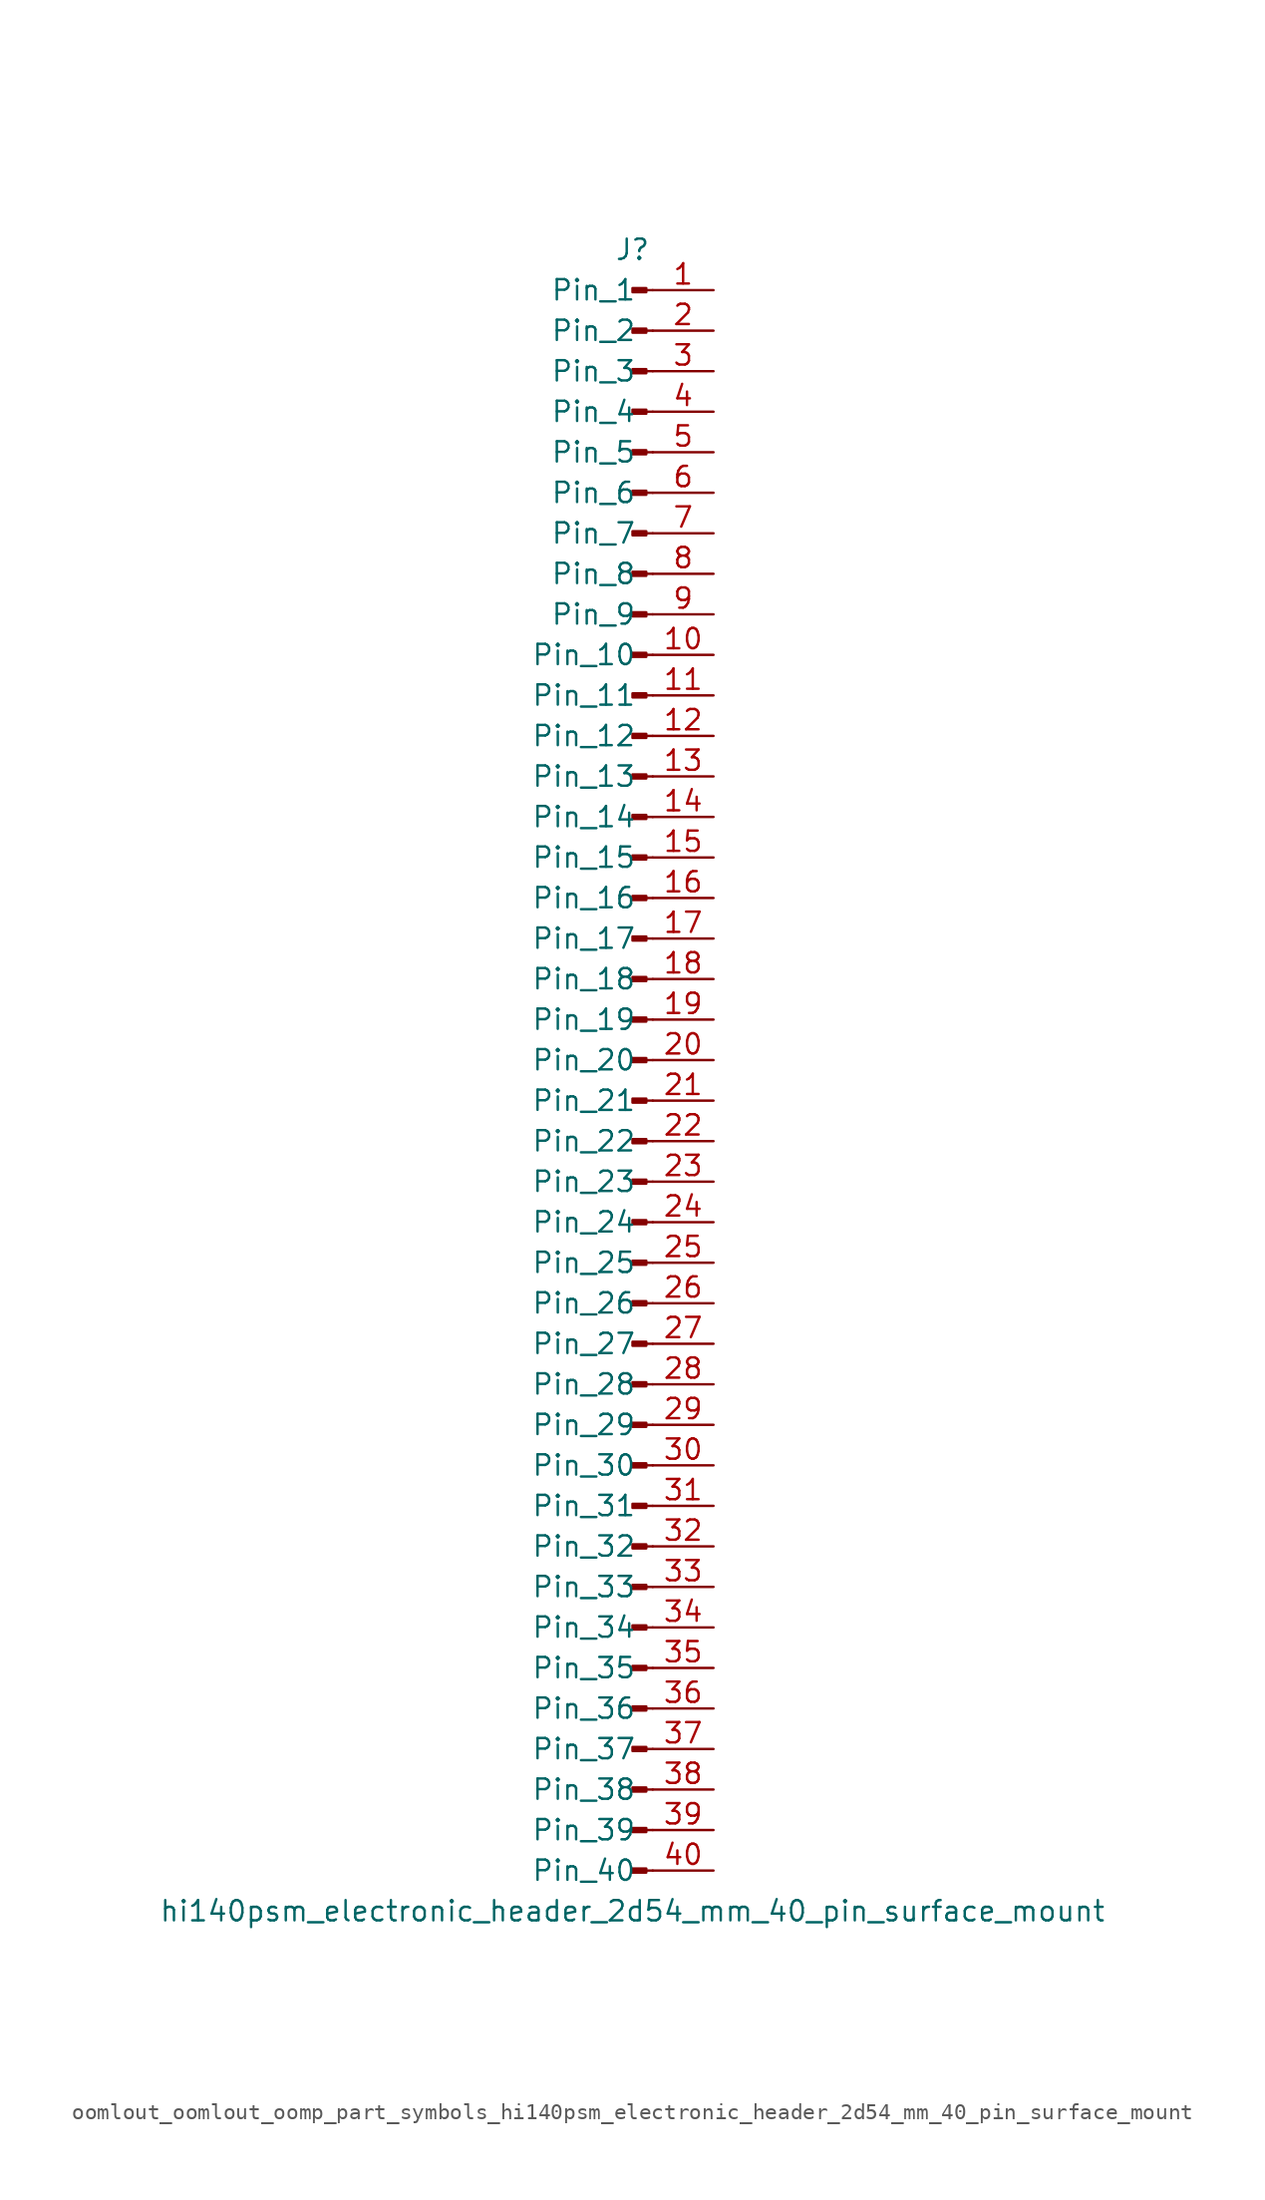
<source format=kicad_sym>
(kicad_symbol_lib
  (version 20220914)
  (generator kicad_symbol_editor)
  (symbol "oomlout_oomlout_oomp_part_symbols_hi140psm_electronic_header_2d54_mm_40_pin_surface_mount"
    (pin_names
      (offset 1.016))
    (property "Reference" "J"
      (at 0 50.8 0)
      (effects (font (size 1.27 1.27))))
    (property "Value" "hi140psm_electronic_header_2d54_mm_40_pin_surface_mount"
      (at 0 -53.34 0)
      (effects (font (size 1.27 1.27))))
    (property "ki_locked" ""
      (at 0 0 0)
      (effects (font (size 1.27 1.27))))
    (symbol "oomlout_oomlout_oomp_part_symbols_hi140psm_electronic_header_2d54_mm_40_pin_surface_mount_1_1"
      (polyline (pts (xy 1.27 -50.8) (xy 0.864 -50.8)) (stroke (width 0.152) (type default)) (fill (type none)))
      (polyline (pts (xy 1.27 -48.26) (xy 0.864 -48.26)) (stroke (width 0.152) (type default)) (fill (type none)))
      (polyline (pts (xy 1.27 -45.72) (xy 0.864 -45.72)) (stroke (width 0.152) (type default)) (fill (type none)))
      (polyline (pts (xy 1.27 -43.18) (xy 0.864 -43.18)) (stroke (width 0.152) (type default)) (fill (type none)))
      (polyline (pts (xy 1.27 -40.64) (xy 0.864 -40.64)) (stroke (width 0.152) (type default)) (fill (type none)))
      (polyline (pts (xy 1.27 -38.1) (xy 0.864 -38.1)) (stroke (width 0.152) (type default)) (fill (type none)))
      (polyline (pts (xy 1.27 -35.56) (xy 0.864 -35.56)) (stroke (width 0.152) (type default)) (fill (type none)))
      (polyline (pts (xy 1.27 -33.02) (xy 0.864 -33.02)) (stroke (width 0.152) (type default)) (fill (type none)))
      (polyline (pts (xy 1.27 -30.48) (xy 0.864 -30.48)) (stroke (width 0.152) (type default)) (fill (type none)))
      (polyline (pts (xy 1.27 -27.94) (xy 0.864 -27.94)) (stroke (width 0.152) (type default)) (fill (type none)))
      (polyline (pts (xy 1.27 -25.4) (xy 0.864 -25.4)) (stroke (width 0.152) (type default)) (fill (type none)))
      (polyline (pts (xy 1.27 -22.86) (xy 0.864 -22.86)) (stroke (width 0.152) (type default)) (fill (type none)))
      (polyline (pts (xy 1.27 -20.32) (xy 0.864 -20.32)) (stroke (width 0.152) (type default)) (fill (type none)))
      (polyline (pts (xy 1.27 -17.78) (xy 0.864 -17.78)) (stroke (width 0.152) (type default)) (fill (type none)))
      (polyline (pts (xy 1.27 -15.24) (xy 0.864 -15.24)) (stroke (width 0.152) (type default)) (fill (type none)))
      (polyline (pts (xy 1.27 -12.7) (xy 0.864 -12.7)) (stroke (width 0.152) (type default)) (fill (type none)))
      (polyline (pts (xy 1.27 -10.16) (xy 0.864 -10.16)) (stroke (width 0.152) (type default)) (fill (type none)))
      (polyline (pts (xy 1.27 -7.62) (xy 0.864 -7.62)) (stroke (width 0.152) (type default)) (fill (type none)))
      (polyline (pts (xy 1.27 -5.08) (xy 0.864 -5.08)) (stroke (width 0.152) (type default)) (fill (type none)))
      (polyline (pts (xy 1.27 -2.54) (xy 0.864 -2.54)) (stroke (width 0.152) (type default)) (fill (type none)))
      (polyline (pts (xy 1.27 0) (xy 0.864 0)) (stroke (width 0.152) (type default)) (fill (type none)))
      (polyline (pts (xy 1.27 2.54) (xy 0.864 2.54)) (stroke (width 0.152) (type default)) (fill (type none)))
      (polyline (pts (xy 1.27 5.08) (xy 0.864 5.08)) (stroke (width 0.152) (type default)) (fill (type none)))
      (polyline (pts (xy 1.27 7.62) (xy 0.864 7.62)) (stroke (width 0.152) (type default)) (fill (type none)))
      (polyline (pts (xy 1.27 10.16) (xy 0.864 10.16)) (stroke (width 0.152) (type default)) (fill (type none)))
      (polyline (pts (xy 1.27 12.7) (xy 0.864 12.7)) (stroke (width 0.152) (type default)) (fill (type none)))
      (polyline (pts (xy 1.27 15.24) (xy 0.864 15.24)) (stroke (width 0.152) (type default)) (fill (type none)))
      (polyline (pts (xy 1.27 17.78) (xy 0.864 17.78)) (stroke (width 0.152) (type default)) (fill (type none)))
      (polyline (pts (xy 1.27 20.32) (xy 0.864 20.32)) (stroke (width 0.152) (type default)) (fill (type none)))
      (polyline (pts (xy 1.27 22.86) (xy 0.864 22.86)) (stroke (width 0.152) (type default)) (fill (type none)))
      (polyline (pts (xy 1.27 25.4) (xy 0.864 25.4)) (stroke (width 0.152) (type default)) (fill (type none)))
      (polyline (pts (xy 1.27 27.94) (xy 0.864 27.94)) (stroke (width 0.152) (type default)) (fill (type none)))
      (polyline (pts (xy 1.27 30.48) (xy 0.864 30.48)) (stroke (width 0.152) (type default)) (fill (type none)))
      (polyline (pts (xy 1.27 33.02) (xy 0.864 33.02)) (stroke (width 0.152) (type default)) (fill (type none)))
      (polyline (pts (xy 1.27 35.56) (xy 0.864 35.56)) (stroke (width 0.152) (type default)) (fill (type none)))
      (polyline (pts (xy 1.27 38.1) (xy 0.864 38.1)) (stroke (width 0.152) (type default)) (fill (type none)))
      (polyline (pts (xy 1.27 40.64) (xy 0.864 40.64)) (stroke (width 0.152) (type default)) (fill (type none)))
      (polyline (pts (xy 1.27 43.18) (xy 0.864 43.18)) (stroke (width 0.152) (type default)) (fill (type none)))
      (polyline (pts (xy 1.27 45.72) (xy 0.864 45.72)) (stroke (width 0.152) (type default)) (fill (type none)))
      (polyline (pts (xy 1.27 48.26) (xy 0.864 48.26)) (stroke (width 0.152) (type default)) (fill (type none)))
      (rectangle (start 0.864 -50.673) (end 0 -50.927) (stroke (width 0.152) (type default)) (fill (type outline)))
      (rectangle (start 0.864 -48.133) (end 0 -48.387) (stroke (width 0.152) (type default)) (fill (type outline)))
      (rectangle (start 0.864 -45.593) (end 0 -45.847) (stroke (width 0.152) (type default)) (fill (type outline)))
      (rectangle (start 0.864 -43.053) (end 0 -43.307) (stroke (width 0.152) (type default)) (fill (type outline)))
      (rectangle (start 0.864 -40.513) (end 0 -40.767) (stroke (width 0.152) (type default)) (fill (type outline)))
      (rectangle (start 0.864 -37.973) (end 0 -38.227) (stroke (width 0.152) (type default)) (fill (type outline)))
      (rectangle (start 0.864 -35.433) (end 0 -35.687) (stroke (width 0.152) (type default)) (fill (type outline)))
      (rectangle (start 0.864 -32.893) (end 0 -33.147) (stroke (width 0.152) (type default)) (fill (type outline)))
      (rectangle (start 0.864 -30.353) (end 0 -30.607) (stroke (width 0.152) (type default)) (fill (type outline)))
      (rectangle (start 0.864 -27.813) (end 0 -28.067) (stroke (width 0.152) (type default)) (fill (type outline)))
      (rectangle (start 0.864 -25.273) (end 0 -25.527) (stroke (width 0.152) (type default)) (fill (type outline)))
      (rectangle (start 0.864 -22.733) (end 0 -22.987) (stroke (width 0.152) (type default)) (fill (type outline)))
      (rectangle (start 0.864 -20.193) (end 0 -20.447) (stroke (width 0.152) (type default)) (fill (type outline)))
      (rectangle (start 0.864 -17.653) (end 0 -17.907) (stroke (width 0.152) (type default)) (fill (type outline)))
      (rectangle (start 0.864 -15.113) (end 0 -15.367) (stroke (width 0.152) (type default)) (fill (type outline)))
      (rectangle (start 0.864 -12.573) (end 0 -12.827) (stroke (width 0.152) (type default)) (fill (type outline)))
      (rectangle (start 0.864 -10.033) (end 0 -10.287) (stroke (width 0.152) (type default)) (fill (type outline)))
      (rectangle (start 0.864 -7.493) (end 0 -7.747) (stroke (width 0.152) (type default)) (fill (type outline)))
      (rectangle (start 0.864 -4.953) (end 0 -5.207) (stroke (width 0.152) (type default)) (fill (type outline)))
      (rectangle (start 0.864 -2.413) (end 0 -2.667) (stroke (width 0.152) (type default)) (fill (type outline)))
      (rectangle (start 0.864 0.127) (end 0 -0.127) (stroke (width 0.152) (type default)) (fill (type outline)))
      (rectangle (start 0.864 2.667) (end 0 2.413) (stroke (width 0.152) (type default)) (fill (type outline)))
      (rectangle (start 0.864 5.207) (end 0 4.953) (stroke (width 0.152) (type default)) (fill (type outline)))
      (rectangle (start 0.864 7.747) (end 0 7.493) (stroke (width 0.152) (type default)) (fill (type outline)))
      (rectangle (start 0.864 10.287) (end 0 10.033) (stroke (width 0.152) (type default)) (fill (type outline)))
      (rectangle (start 0.864 12.827) (end 0 12.573) (stroke (width 0.152) (type default)) (fill (type outline)))
      (rectangle (start 0.864 15.367) (end 0 15.113) (stroke (width 0.152) (type default)) (fill (type outline)))
      (rectangle (start 0.864 17.907) (end 0 17.653) (stroke (width 0.152) (type default)) (fill (type outline)))
      (rectangle (start 0.864 20.447) (end 0 20.193) (stroke (width 0.152) (type default)) (fill (type outline)))
      (rectangle (start 0.864 22.987) (end 0 22.733) (stroke (width 0.152) (type default)) (fill (type outline)))
      (rectangle (start 0.864 25.527) (end 0 25.273) (stroke (width 0.152) (type default)) (fill (type outline)))
      (rectangle (start 0.864 28.067) (end 0 27.813) (stroke (width 0.152) (type default)) (fill (type outline)))
      (rectangle (start 0.864 30.607) (end 0 30.353) (stroke (width 0.152) (type default)) (fill (type outline)))
      (rectangle (start 0.864 33.147) (end 0 32.893) (stroke (width 0.152) (type default)) (fill (type outline)))
      (rectangle (start 0.864 35.687) (end 0 35.433) (stroke (width 0.152) (type default)) (fill (type outline)))
      (rectangle (start 0.864 38.227) (end 0 37.973) (stroke (width 0.152) (type default)) (fill (type outline)))
      (rectangle (start 0.864 40.767) (end 0 40.513) (stroke (width 0.152) (type default)) (fill (type outline)))
      (rectangle (start 0.864 43.307) (end 0 43.053) (stroke (width 0.152) (type default)) (fill (type outline)))
      (rectangle (start 0.864 45.847) (end 0 45.593) (stroke (width 0.152) (type default)) (fill (type outline)))
      (rectangle (start 0.864 48.387) (end 0 48.133) (stroke (width 0.152) (type default)) (fill (type outline)))
      (pin passive line (at 5.08 48.26 180) (length 3.81) (name "Pin_1" (effects (font (size 1.27 1.27)))) (number "1" (effects (font (size 1.27 1.27)))))
      (pin passive line (at 5.08 25.4 180) (length 3.81) (name "Pin_10" (effects (font (size 1.27 1.27)))) (number "10" (effects (font (size 1.27 1.27)))))
      (pin passive line (at 5.08 22.86 180) (length 3.81) (name "Pin_11" (effects (font (size 1.27 1.27)))) (number "11" (effects (font (size 1.27 1.27)))))
      (pin passive line (at 5.08 20.32 180) (length 3.81) (name "Pin_12" (effects (font (size 1.27 1.27)))) (number "12" (effects (font (size 1.27 1.27)))))
      (pin passive line (at 5.08 17.78 180) (length 3.81) (name "Pin_13" (effects (font (size 1.27 1.27)))) (number "13" (effects (font (size 1.27 1.27)))))
      (pin passive line (at 5.08 15.24 180) (length 3.81) (name "Pin_14" (effects (font (size 1.27 1.27)))) (number "14" (effects (font (size 1.27 1.27)))))
      (pin passive line (at 5.08 12.7 180) (length 3.81) (name "Pin_15" (effects (font (size 1.27 1.27)))) (number "15" (effects (font (size 1.27 1.27)))))
      (pin passive line (at 5.08 10.16 180) (length 3.81) (name "Pin_16" (effects (font (size 1.27 1.27)))) (number "16" (effects (font (size 1.27 1.27)))))
      (pin passive line (at 5.08 7.62 180) (length 3.81) (name "Pin_17" (effects (font (size 1.27 1.27)))) (number "17" (effects (font (size 1.27 1.27)))))
      (pin passive line (at 5.08 5.08 180) (length 3.81) (name "Pin_18" (effects (font (size 1.27 1.27)))) (number "18" (effects (font (size 1.27 1.27)))))
      (pin passive line (at 5.08 2.54 180) (length 3.81) (name "Pin_19" (effects (font (size 1.27 1.27)))) (number "19" (effects (font (size 1.27 1.27)))))
      (pin passive line (at 5.08 45.72 180) (length 3.81) (name "Pin_2" (effects (font (size 1.27 1.27)))) (number "2" (effects (font (size 1.27 1.27)))))
      (pin passive line (at 5.08 0 180) (length 3.81) (name "Pin_20" (effects (font (size 1.27 1.27)))) (number "20" (effects (font (size 1.27 1.27)))))
      (pin passive line (at 5.08 -2.54 180) (length 3.81) (name "Pin_21" (effects (font (size 1.27 1.27)))) (number "21" (effects (font (size 1.27 1.27)))))
      (pin passive line (at 5.08 -5.08 180) (length 3.81) (name "Pin_22" (effects (font (size 1.27 1.27)))) (number "22" (effects (font (size 1.27 1.27)))))
      (pin passive line (at 5.08 -7.62 180) (length 3.81) (name "Pin_23" (effects (font (size 1.27 1.27)))) (number "23" (effects (font (size 1.27 1.27)))))
      (pin passive line (at 5.08 -10.16 180) (length 3.81) (name "Pin_24" (effects (font (size 1.27 1.27)))) (number "24" (effects (font (size 1.27 1.27)))))
      (pin passive line (at 5.08 -12.7 180) (length 3.81) (name "Pin_25" (effects (font (size 1.27 1.27)))) (number "25" (effects (font (size 1.27 1.27)))))
      (pin passive line (at 5.08 -15.24 180) (length 3.81) (name "Pin_26" (effects (font (size 1.27 1.27)))) (number "26" (effects (font (size 1.27 1.27)))))
      (pin passive line (at 5.08 -17.78 180) (length 3.81) (name "Pin_27" (effects (font (size 1.27 1.27)))) (number "27" (effects (font (size 1.27 1.27)))))
      (pin passive line (at 5.08 -20.32 180) (length 3.81) (name "Pin_28" (effects (font (size 1.27 1.27)))) (number "28" (effects (font (size 1.27 1.27)))))
      (pin passive line (at 5.08 -22.86 180) (length 3.81) (name "Pin_29" (effects (font (size 1.27 1.27)))) (number "29" (effects (font (size 1.27 1.27)))))
      (pin passive line (at 5.08 43.18 180) (length 3.81) (name "Pin_3" (effects (font (size 1.27 1.27)))) (number "3" (effects (font (size 1.27 1.27)))))
      (pin passive line (at 5.08 -25.4 180) (length 3.81) (name "Pin_30" (effects (font (size 1.27 1.27)))) (number "30" (effects (font (size 1.27 1.27)))))
      (pin passive line (at 5.08 -27.94 180) (length 3.81) (name "Pin_31" (effects (font (size 1.27 1.27)))) (number "31" (effects (font (size 1.27 1.27)))))
      (pin passive line (at 5.08 -30.48 180) (length 3.81) (name "Pin_32" (effects (font (size 1.27 1.27)))) (number "32" (effects (font (size 1.27 1.27)))))
      (pin passive line (at 5.08 -33.02 180) (length 3.81) (name "Pin_33" (effects (font (size 1.27 1.27)))) (number "33" (effects (font (size 1.27 1.27)))))
      (pin passive line (at 5.08 -35.56 180) (length 3.81) (name "Pin_34" (effects (font (size 1.27 1.27)))) (number "34" (effects (font (size 1.27 1.27)))))
      (pin passive line (at 5.08 -38.1 180) (length 3.81) (name "Pin_35" (effects (font (size 1.27 1.27)))) (number "35" (effects (font (size 1.27 1.27)))))
      (pin passive line (at 5.08 -40.64 180) (length 3.81) (name "Pin_36" (effects (font (size 1.27 1.27)))) (number "36" (effects (font (size 1.27 1.27)))))
      (pin passive line (at 5.08 -43.18 180) (length 3.81) (name "Pin_37" (effects (font (size 1.27 1.27)))) (number "37" (effects (font (size 1.27 1.27)))))
      (pin passive line (at 5.08 -45.72 180) (length 3.81) (name "Pin_38" (effects (font (size 1.27 1.27)))) (number "38" (effects (font (size 1.27 1.27)))))
      (pin passive line (at 5.08 -48.26 180) (length 3.81) (name "Pin_39" (effects (font (size 1.27 1.27)))) (number "39" (effects (font (size 1.27 1.27)))))
      (pin passive line (at 5.08 40.64 180) (length 3.81) (name "Pin_4" (effects (font (size 1.27 1.27)))) (number "4" (effects (font (size 1.27 1.27)))))
      (pin passive line (at 5.08 -50.8 180) (length 3.81) (name "Pin_40" (effects (font (size 1.27 1.27)))) (number "40" (effects (font (size 1.27 1.27)))))
      (pin passive line (at 5.08 38.1 180) (length 3.81) (name "Pin_5" (effects (font (size 1.27 1.27)))) (number "5" (effects (font (size 1.27 1.27)))))
      (pin passive line (at 5.08 35.56 180) (length 3.81) (name "Pin_6" (effects (font (size 1.27 1.27)))) (number "6" (effects (font (size 1.27 1.27)))))
      (pin passive line (at 5.08 33.02 180) (length 3.81) (name "Pin_7" (effects (font (size 1.27 1.27)))) (number "7" (effects (font (size 1.27 1.27)))))
      (pin passive line (at 5.08 30.48 180) (length 3.81) (name "Pin_8" (effects (font (size 1.27 1.27)))) (number "8" (effects (font (size 1.27 1.27)))))
      (pin passive line (at 5.08 27.94 180) (length 3.81) (name "Pin_9" (effects (font (size 1.27 1.27)))) (number "9" (effects (font (size 1.27 1.27))))))))
</source>
